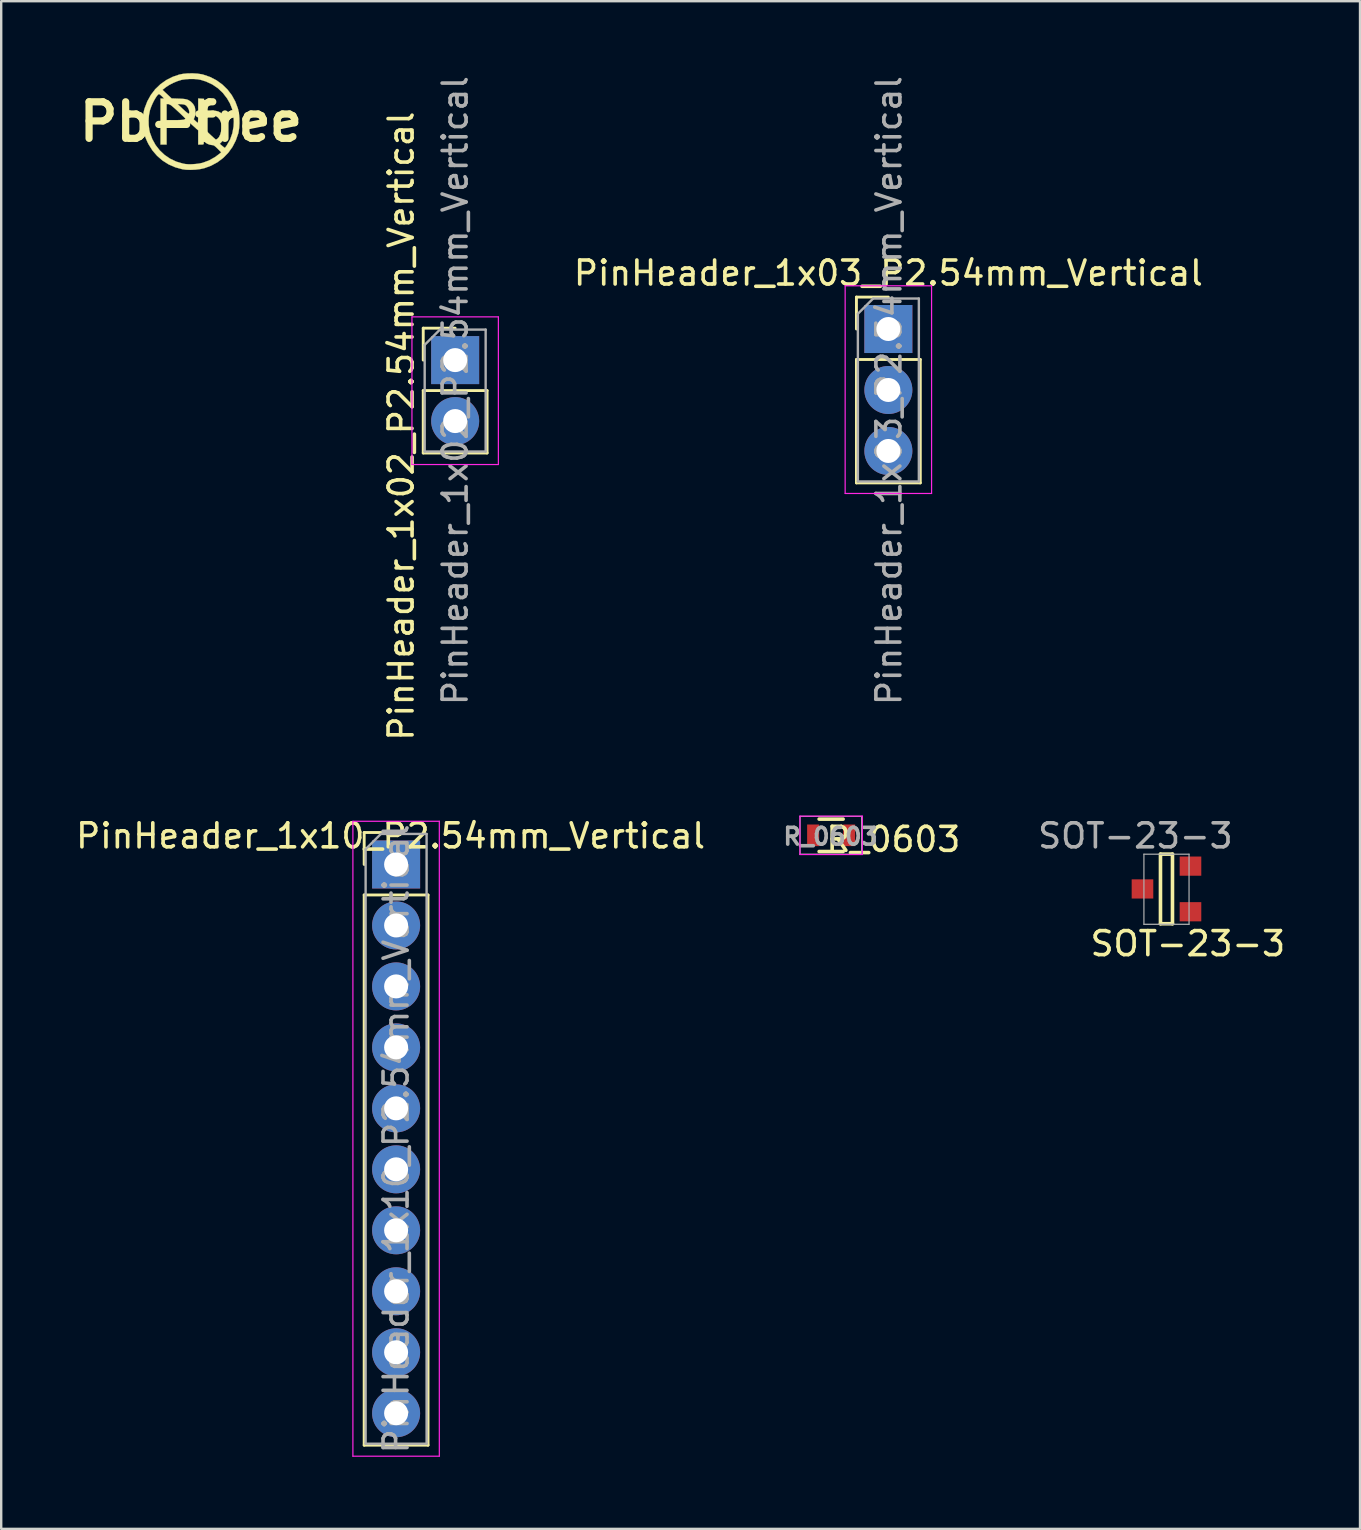
<source format=kicad_pcb>
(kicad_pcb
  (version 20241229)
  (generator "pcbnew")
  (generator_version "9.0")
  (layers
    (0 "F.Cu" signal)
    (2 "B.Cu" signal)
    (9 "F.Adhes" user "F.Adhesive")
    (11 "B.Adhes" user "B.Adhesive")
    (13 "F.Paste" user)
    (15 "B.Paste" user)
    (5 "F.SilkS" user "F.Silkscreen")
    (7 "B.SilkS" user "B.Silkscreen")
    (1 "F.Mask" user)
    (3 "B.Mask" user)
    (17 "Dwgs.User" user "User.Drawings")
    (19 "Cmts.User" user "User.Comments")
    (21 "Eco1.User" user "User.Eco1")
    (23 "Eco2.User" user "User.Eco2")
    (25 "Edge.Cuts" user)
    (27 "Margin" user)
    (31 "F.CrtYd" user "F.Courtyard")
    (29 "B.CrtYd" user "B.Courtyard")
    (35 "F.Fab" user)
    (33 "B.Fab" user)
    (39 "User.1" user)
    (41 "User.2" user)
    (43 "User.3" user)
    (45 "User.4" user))
  (footprint "PinHeader_1x10_P2.54mm_Vertical"
    (layer "F.Cu")
    (at 13.45 32.959)
    (property "Reference" "PinHeader_1x10_P2.54mm_Vertical" (at -0.23 -1.19 0) (layer "F.SilkS") (effects (font (size 1 1) (thickness 0.15))))
    (attr through_hole)
    (fp_line (start -1.33 -1.33) (end 0 -1.33) (stroke (width 0.12) (type solid)) (layer "F.SilkS"))
    (fp_line (start -1.33 0) (end -1.33 -1.33) (stroke (width 0.12) (type solid)) (layer "F.SilkS"))
    (fp_line (start -1.33 1.27) (end -1.33 24.19) (stroke (width 0.12) (type solid)) (layer "F.SilkS"))
    (fp_line (start -1.33 1.27) (end 1.33 1.27) (stroke (width 0.12) (type solid)) (layer "F.SilkS"))
    (fp_line (start -1.33 24.19) (end 1.33 24.19) (stroke (width 0.12) (type solid)) (layer "F.SilkS"))
    (fp_line (start 1.33 1.27) (end 1.33 24.19) (stroke (width 0.12) (type solid)) (layer "F.SilkS"))
    (fp_line (start -1.8 -1.8) (end -1.8 24.65) (stroke (width 0.05) (type solid)) (layer "F.CrtYd"))
    (fp_line (start -1.8 24.65) (end 1.8 24.65) (stroke (width 0.05) (type solid)) (layer "F.CrtYd"))
    (fp_line (start 1.8 -1.8) (end -1.8 -1.8) (stroke (width 0.05) (type solid)) (layer "F.CrtYd"))
    (fp_line (start 1.8 24.65) (end 1.8 -1.8) (stroke (width 0.05) (type solid)) (layer "F.CrtYd"))
    (fp_line (start -1.27 -0.635) (end -0.635 -1.27) (stroke (width 0.1) (type solid)) (layer "F.Fab"))
    (fp_line (start -1.27 24.13) (end -1.27 -0.635) (stroke (width 0.1) (type solid)) (layer "F.Fab"))
    (fp_line (start -0.635 -1.27) (end 1.27 -1.27) (stroke (width 0.1) (type solid)) (layer "F.Fab"))
    (fp_line (start 1.27 -1.27) (end 1.27 24.13) (stroke (width 0.1) (type solid)) (layer "F.Fab"))
    (fp_line (start 1.27 24.13) (end -1.27 24.13) (stroke (width 0.1) (type solid)) (layer "F.Fab"))
    (fp_text user "${REFERENCE}" (at 0 11.43 90) (layer "F.Fab") (effects (font (size 1 1) (thickness 0.15))))
    (pad "1" thru_hole rect (at 0 0) (size 2 2) (drill 1) (layers "*.Cu" "*.Mask"))
    (pad "2" thru_hole oval (at 0 2.54) (size 2 2) (drill 1) (layers "*.Cu" "*.Mask"))
    (pad "3" thru_hole oval (at 0 5.08) (size 2 2) (drill 1) (layers "*.Cu" "*.Mask"))
    (pad "4" thru_hole oval (at 0 7.62) (size 2 2) (drill 1) (layers "*.Cu" "*.Mask"))
    (pad "5" thru_hole oval (at 0 10.16) (size 2 2) (drill 1) (layers "*.Cu" "*.Mask"))
    (pad "6" thru_hole oval (at 0 12.7) (size 2 2) (drill 1) (layers "*.Cu" "*.Mask"))
    (pad "7" thru_hole oval (at 0 15.24) (size 2 2) (drill 1) (layers "*.Cu" "*.Mask"))
    (pad "8" thru_hole oval (at 0 17.78) (size 2 2) (drill 1) (layers "*.Cu" "*.Mask"))
    (pad "9" thru_hole oval (at 0 20.32) (size 2 2) (drill 1) (layers "*.Cu" "*.Mask"))
    (pad "10" thru_hole oval (at 0 22.86) (size 2 2) (drill 1) (layers "*.Cu" "*.Mask")))
  (footprint "PinHeader_1x02_P2.54mm_Vertical"
    (layer "F.Cu")
    (at 15.91 11.95)
    (property "Reference" "PinHeader_1x02_P2.54mm_Vertical" (at -2.25 2.75 270) (layer "F.SilkS") (effects (font (size 1 1) (thickness 0.15))))
    (attr through_hole)
    (fp_line (start -1.33 -1.33) (end 0 -1.33) (stroke (width 0.12) (type solid)) (layer "F.SilkS"))
    (fp_line (start -1.33 0) (end -1.33 -1.33) (stroke (width 0.12) (type solid)) (layer "F.SilkS"))
    (fp_line (start -1.33 1.27) (end -1.33 3.87) (stroke (width 0.12) (type solid)) (layer "F.SilkS"))
    (fp_line (start -1.33 1.27) (end 1.33 1.27) (stroke (width 0.12) (type solid)) (layer "F.SilkS"))
    (fp_line (start -1.33 3.87) (end 1.33 3.87) (stroke (width 0.12) (type solid)) (layer "F.SilkS"))
    (fp_line (start 1.33 1.27) (end 1.33 3.87) (stroke (width 0.12) (type solid)) (layer "F.SilkS"))
    (fp_line (start -1.8 -1.8) (end -1.8 4.35) (stroke (width 0.05) (type solid)) (layer "F.CrtYd"))
    (fp_line (start -1.8 4.35) (end 1.8 4.35) (stroke (width 0.05) (type solid)) (layer "F.CrtYd"))
    (fp_line (start 1.8 -1.8) (end -1.8 -1.8) (stroke (width 0.05) (type solid)) (layer "F.CrtYd"))
    (fp_line (start 1.8 4.35) (end 1.8 -1.8) (stroke (width 0.05) (type solid)) (layer "F.CrtYd"))
    (fp_line (start -1.27 -0.635) (end -0.635 -1.27) (stroke (width 0.1) (type solid)) (layer "F.Fab"))
    (fp_line (start -1.27 3.81) (end -1.27 -0.635) (stroke (width 0.1) (type solid)) (layer "F.Fab"))
    (fp_line (start -0.635 -1.27) (end 1.27 -1.27) (stroke (width 0.1) (type solid)) (layer "F.Fab"))
    (fp_line (start 1.27 -1.27) (end 1.27 3.81) (stroke (width 0.1) (type solid)) (layer "F.Fab"))
    (fp_line (start 1.27 3.81) (end -1.27 3.81) (stroke (width 0.1) (type solid)) (layer "F.Fab"))
    (fp_text user "${REFERENCE}" (at 0 1.27 90) (layer "F.Fab") (effects (font (size 1 1) (thickness 0.15))))
    (pad "1" thru_hole rect (at 0 0) (size 2 2) (drill 1) (layers "*.Cu" "*.Mask"))
    (pad "2" thru_hole oval (at 0 2.54) (size 2 2) (drill 1) (layers "*.Cu" "*.Mask")))
  (footprint "R_0603"
    (layer "F.Cu")
    (at 31.571 31.745)
    (property "Reference" "R_0603" (at 2.59 0.17 0) (layer "F.SilkS") (effects (font (size 1 1) (thickness 0.15))))
    (attr smd)
    (fp_line (start -0.5 -0.675) (end 0.5 -0.675) (stroke (width 0.15) (type solid)) (layer "F.SilkS"))
    (fp_line (start 0.5 0.675) (end -0.5 0.675) (stroke (width 0.15) (type solid)) (layer "F.SilkS"))
    (fp_line (start -1.3 -0.8) (end -1.3 0.8) (stroke (width 0.05) (type solid)) (layer "F.CrtYd"))
    (fp_line (start -1.3 -0.8) (end 1.3 -0.8) (stroke (width 0.05) (type solid)) (layer "F.CrtYd"))
    (fp_line (start -1.3 0.8) (end 1.3 0.8) (stroke (width 0.05) (type solid)) (layer "F.CrtYd"))
    (fp_line (start 1.3 -0.8) (end 1.3 0.8) (stroke (width 0.05) (type solid)) (layer "F.CrtYd"))
    (fp_line (start -1.295 -0.787) (end 1.27 -0.787) (stroke (width 0.05) (type solid)) (layer "F.Fab"))
    (fp_line (start -1.295 0.787) (end -1.295 -0.787) (stroke (width 0.05) (type solid)) (layer "F.Fab"))
    (fp_line (start 1.27 -0.787) (end 1.27 0.787) (stroke (width 0.05) (type solid)) (layer "F.Fab"))
    (fp_line (start 1.27 0.787) (end -1.295 0.787) (stroke (width 0.05) (type solid)) (layer "F.Fab"))
    (fp_text user "${REFERENCE}" (at -0.025 0.051 0) (layer "F.Fab") (effects (font (size 0.7 0.7) (thickness 0.15))))
    (pad "1" smd rect (at -0.75 0) (size 0.5 0.9) (layers "F.Cu" "F.Mask" "F.Paste"))
    (pad "2" smd rect (at 0.75 0) (size 0.5 0.9) (layers "F.Cu" "F.Mask" "F.Paste")))
  (footprint "SOT-23-3"
    (layer "F.Cu")
    (at 45.54 33.979)
    (property "Reference" "SOT-23-3" (at 0.89 2.28 0) (layer "F.SilkS") (effects (font (size 1 1) (thickness 0.15))))
    (attr smd)
    (fp_line (start -0.25 -1.45) (end -0.25 1.45) (stroke (width 0.15) (type solid)) (layer "F.SilkS"))
    (fp_line (start -0.25 1.45) (end 0.25 1.45) (stroke (width 0.15) (type solid)) (layer "F.SilkS"))
    (fp_line (start 0.25 -1.45) (end -0.25 -1.45) (stroke (width 0.15) (type solid)) (layer "F.SilkS"))
    (fp_line (start 0.25 1.45) (end 0.25 -1.45) (stroke (width 0.15) (type solid)) (layer "F.SilkS"))
    (fp_line (start -0.94 -1.448) (end -0.94 1.473) (stroke (width 0.05) (type solid)) (layer "F.Fab"))
    (fp_line (start -0.94 1.473) (end 0.94 1.473) (stroke (width 0.05) (type solid)) (layer "F.Fab"))
    (fp_line (start 0.94 -1.448) (end -0.94 -1.448) (stroke (width 0.05) (type solid)) (layer "F.Fab"))
    (fp_line (start 0.94 1.473) (end 0.94 -1.448) (stroke (width 0.05) (type solid)) (layer "F.Fab"))
    (fp_text user "${REFERENCE}" (at -1.295 -2.21 0) (layer "F.Fab") (effects (font (size 1 1) (thickness 0.15))))
    (pad "1" smd rect (at 1 0.95) (size 0.9 0.8) (layers "F.Cu" "F.Mask" "F.Paste"))
    (pad "2" smd rect (at 1 -0.95) (size 0.9 0.8) (layers "F.Cu" "F.Mask" "F.Paste"))
    (pad "3" smd rect (at -1 0) (size 0.9 0.8) (layers "F.Cu" "F.Mask" "F.Paste")))
  (footprint "Pb-free"
    (layer "F.Cu")
    (at 4.906 2.024)
    (property "Reference" "Pb-free" (at 0 0 0) (layer "F.SilkS") (effects (font (size 1.524 1.524) (thickness 0.3))))
    (attr through_hole)
    (fp_poly (pts (xy 0.275 -2.007) (xy 0.454 -1.979) (xy 0.508 -1.966) (xy 0.798 -1.866) (xy 1.065 -1.728) (xy 1.306 -1.553) (xy 1.519 -1.346) (xy 1.699 -1.11) (xy 1.844 -0.847) (xy 1.952 -0.561) (xy 1.966 -0.508) (xy 1.999 -0.34) (xy 2.016 -0.145) (xy 2.019 0.06) (xy 2.007 0.258) (xy 1.98 0.435) (xy 1.968 0.487) (xy 1.865 0.781) (xy 1.725 1.051) (xy 1.55 1.292) (xy 1.342 1.504) (xy 1.103 1.684) (xy 0.837 1.828) (xy 0.561 1.93) (xy 0.387 1.969) (xy 0.189 1.993) (xy -0.016 2.002) (xy -0.211 1.996) (xy -0.358 1.976) (xy -0.655 1.895) (xy -0.932 1.774) (xy -1.184 1.615) (xy -1.41 1.42) (xy -1.606 1.193) (xy -1.769 0.934) (xy -1.822 0.828) (xy -1.889 0.673) (xy -1.937 0.533) (xy -1.969 0.397) (xy -1.987 0.248) (xy -1.994 0.075) (xy -1.995 -0.023) (xy -1.994 -0.08) (xy -1.766 -0.08) (xy -1.762 0.132) (xy -1.738 0.332) (xy -1.712 0.449) (xy -1.612 0.72) (xy -1.475 0.968) (xy -1.303 1.188) (xy -1.1 1.379) (xy -0.87 1.536) (xy -0.616 1.657) (xy -0.341 1.738) (xy -0.243 1.757) (xy -0.117 1.768) (xy 0.035 1.767) (xy 0.198 1.756) (xy 0.354 1.736) (xy 0.481 1.708) (xy 0.747 1.611) (xy 1.001 1.469) (xy 1.189 1.329) (xy 1.258 1.271) (xy 1.109 1.12) (xy 1.032 1.046) (xy 0.976 1) (xy 0.932 0.977) (xy 0.889 0.97) (xy 0.883 0.97) (xy 0.779 0.953) (xy 0.671 0.91) (xy 0.583 0.849) (xy 0.531 0.8) (xy 0.531 0.873) (xy 0.529 0.917) (xy 0.514 0.938) (xy 0.475 0.946) (xy 0.416 0.947) (xy 0.3 0.947) (xy 0.3 0.356) (xy 0.201 0.267) (xy 0.52 0.267) (xy 0.77 0.503) (xy 0.859 0.586) (xy 0.936 0.656) (xy 0.995 0.707) (xy 1.03 0.736) (xy 1.036 0.739) (xy 1.065 0.727) (xy 1.104 0.703) (xy 1.166 0.635) (xy 1.216 0.533) (xy 1.251 0.409) (xy 1.269 0.273) (xy 1.268 0.138) (xy 1.249 0.03) (xy 1.199 -0.088) (xy 1.123 -0.181) (xy 1.029 -0.245) (xy 0.926 -0.274) (xy 0.82 -0.266) (xy 0.767 -0.245) (xy 0.657 -0.162) (xy 0.578 -0.048) (xy 0.534 0.095) (xy 0.526 0.163) (xy 0.52 0.267) (xy 0.201 0.267) (xy -0.025 0.065) (xy -0.122 0.106) (xy -0.17 0.123) (xy -0.232 0.135) (xy -0.315 0.144) (xy -0.427 0.151) (xy -0.575 0.156) (xy -0.618 0.157) (xy -1.016 0.166) (xy -1.016 0.947) (xy -1.27 0.947) (xy -1.27 -0.739) (xy -1.016 -0.739) (xy -1.016 -0.069) (xy -0.683 -0.069) (xy -0.558 -0.071) (xy -0.446 -0.075) (xy -0.357 -0.081) (xy -0.3 -0.089) (xy -0.29 -0.092) (xy -0.248 -0.114) (xy -0.233 -0.132) (xy -0.25 -0.153) (xy -0.296 -0.199) (xy -0.365 -0.267) (xy -0.452 -0.35) (xy -0.552 -0.443) (xy -0.554 -0.445) (xy -0.67 -0.551) (xy -0.759 -0.629) (xy -0.825 -0.683) (xy -0.874 -0.716) (xy -0.912 -0.734) (xy -0.916 -0.734) (xy -0.554 -0.734) (xy -0.554 -0.734) (xy -0.534 -0.716) (xy -0.487 -0.672) (xy -0.419 -0.609) (xy -0.339 -0.533) (xy -0.328 -0.523) (xy -0.246 -0.448) (xy -0.174 -0.388) (xy -0.121 -0.349) (xy -0.093 -0.335) (xy -0.091 -0.335) (xy -0.074 -0.367) (xy -0.069 -0.406) (xy -0.088 -0.502) (xy -0.136 -0.599) (xy -0.194 -0.669) (xy -0.24 -0.702) (xy -0.298 -0.722) (xy -0.382 -0.733) (xy -0.411 -0.735) (xy -0.486 -0.738) (xy -0.538 -0.738) (xy -0.554 -0.734) (xy -0.916 -0.734) (xy -0.943 -0.739) (xy -0.944 -0.739) (xy -1.016 -0.739) (xy -1.27 -0.739) (xy -1.27 -0.97) (xy -1.122 -0.97) (xy -1.212 -1.062) (xy -1.267 -1.113) (xy -1.313 -1.147) (xy -1.332 -1.155) (xy -1.37 -1.134) (xy -1.42 -1.078) (xy -1.477 -0.993) (xy -1.538 -0.888) (xy -1.597 -0.769) (xy -1.651 -0.645) (xy -1.696 -0.523) (xy -1.713 -0.469) (xy -1.749 -0.286) (xy -1.766 -0.08) (xy -1.994 -0.08) (xy -1.993 -0.164) (xy -1.989 -0.271) (xy -1.98 -0.357) (xy -1.966 -0.435) (xy -1.944 -0.518) (xy -1.932 -0.561) (xy -1.819 -0.855) (xy -1.671 -1.122) (xy -1.51 -1.331) (xy -1.187 -1.331) (xy -0.997 -1.153) (xy -0.807 -0.975) (xy -0.513 -0.965) (xy -0.375 -0.959) (xy -0.273 -0.95) (xy -0.196 -0.936) (xy -0.134 -0.917) (xy -0.115 -0.909) (xy -0.006 -0.84) (xy 0.086 -0.746) (xy 0.149 -0.64) (xy 0.16 -0.607) (xy 0.18 -0.49) (xy 0.182 -0.363) (xy 0.167 -0.247) (xy 0.149 -0.19) (xy 0.114 -0.105) (xy 0.194 -0.03) (xy 0.243 0.015) (xy 0.279 0.042) (xy 0.287 0.046) (xy 0.291 0.024) (xy 0.294 -0.037) (xy 0.297 -0.132) (xy 0.299 -0.253) (xy 0.3 -0.394) (xy 0.3 -0.463) (xy 0.3 -0.972) (xy 0.421 -0.965) (xy 0.543 -0.958) (xy 0.549 -0.641) (xy 0.555 -0.323) (xy 0.65 -0.386) (xy 0.761 -0.436) (xy 0.894 -0.46) (xy 1.031 -0.456) (xy 1.142 -0.429) (xy 1.27 -0.356) (xy 1.373 -0.247) (xy 1.449 -0.107) (xy 1.495 0.061) (xy 1.511 0.242) (xy 1.499 0.421) (xy 1.461 0.57) (xy 1.393 0.7) (xy 1.312 0.799) (xy 1.199 0.918) (xy 1.298 1.001) (xy 1.354 1.047) (xy 1.395 1.077) (xy 1.409 1.085) (xy 1.427 1.067) (xy 1.462 1.022) (xy 1.494 0.976) (xy 1.629 0.736) (xy 1.722 0.477) (xy 1.773 0.198) (xy 1.784 -0.012) (xy 1.767 -0.283) (xy 1.714 -0.532) (xy 1.622 -0.767) (xy 1.503 -0.975) (xy 1.326 -1.205) (xy 1.121 -1.399) (xy 0.887 -1.557) (xy 0.624 -1.679) (xy 0.404 -1.748) (xy 0.276 -1.771) (xy 0.12 -1.783) (xy -0.049 -1.784) (xy -0.214 -1.774) (xy -0.359 -1.754) (xy -0.404 -1.744) (xy -0.57 -1.692) (xy -0.743 -1.619) (xy -0.906 -1.535) (xy -1.043 -1.445) (xy -1.061 -1.431) (xy -1.187 -1.331) (xy -1.51 -1.331) (xy -1.488 -1.36) (xy -1.273 -1.566) (xy -1.029 -1.739) (xy -0.757 -1.876) (xy -0.487 -1.968) (xy -0.322 -2) (xy -0.129 -2.017) (xy 0.075 -2.019) (xy 0.275 -2.007)) (stroke (width 0.01) (type solid)) (fill yes) (layer "F.SilkS")))
  (footprint "PinHeader_1x03_P2.54mm_Vertical"
    (layer "F.Cu")
    (at 33.955 10.655)
    (property "Reference" "PinHeader_1x03_P2.54mm_Vertical" (at 0 -2.33 0) (layer "F.SilkS") (effects (font (size 1 1) (thickness 0.15))))
    (attr through_hole)
    (fp_line (start -1.33 -1.33) (end 0 -1.33) (stroke (width 0.12) (type solid)) (layer "F.SilkS"))
    (fp_line (start -1.33 0) (end -1.33 -1.33) (stroke (width 0.12) (type solid)) (layer "F.SilkS"))
    (fp_line (start -1.33 1.27) (end -1.33 6.41) (stroke (width 0.12) (type solid)) (layer "F.SilkS"))
    (fp_line (start -1.33 1.27) (end 1.33 1.27) (stroke (width 0.12) (type solid)) (layer "F.SilkS"))
    (fp_line (start -1.33 6.41) (end 1.33 6.41) (stroke (width 0.12) (type solid)) (layer "F.SilkS"))
    (fp_line (start 1.33 1.27) (end 1.33 6.41) (stroke (width 0.12) (type solid)) (layer "F.SilkS"))
    (fp_line (start -1.8 -1.8) (end -1.8 6.85) (stroke (width 0.05) (type solid)) (layer "F.CrtYd"))
    (fp_line (start -1.8 6.85) (end 1.8 6.85) (stroke (width 0.05) (type solid)) (layer "F.CrtYd"))
    (fp_line (start 1.8 -1.8) (end -1.8 -1.8) (stroke (width 0.05) (type solid)) (layer "F.CrtYd"))
    (fp_line (start 1.8 6.85) (end 1.8 -1.8) (stroke (width 0.05) (type solid)) (layer "F.CrtYd"))
    (fp_line (start -1.27 -0.635) (end -0.635 -1.27) (stroke (width 0.1) (type solid)) (layer "F.Fab"))
    (fp_line (start -1.27 6.35) (end -1.27 -0.635) (stroke (width 0.1) (type solid)) (layer "F.Fab"))
    (fp_line (start -0.635 -1.27) (end 1.27 -1.27) (stroke (width 0.1) (type solid)) (layer "F.Fab"))
    (fp_line (start 1.27 -1.27) (end 1.27 6.35) (stroke (width 0.1) (type solid)) (layer "F.Fab"))
    (fp_line (start 1.27 6.35) (end -1.27 6.35) (stroke (width 0.1) (type solid)) (layer "F.Fab"))
    (fp_text user "${REFERENCE}" (at 0.025 2.565 90) (layer "F.Fab") (effects (font (size 1 1) (thickness 0.15))))
    (pad "1" thru_hole rect (at 0 0) (size 2 2) (drill 1) (layers "*.Cu" "*.Mask"))
    (pad "2" thru_hole oval (at 0 2.54) (size 2 2) (drill 1) (layers "*.Cu" "*.Mask"))
    (pad "3" thru_hole oval (at 0 5.08) (size 2 2) (drill 1) (layers "*.Cu" "*.Mask")))
  (gr_rect
    (start -3 -3)
    (end 53.602 60.634)
    (stroke (width 0.1) (type default))
    (fill no)
    (layer "Edge.Cuts")))
</source>
